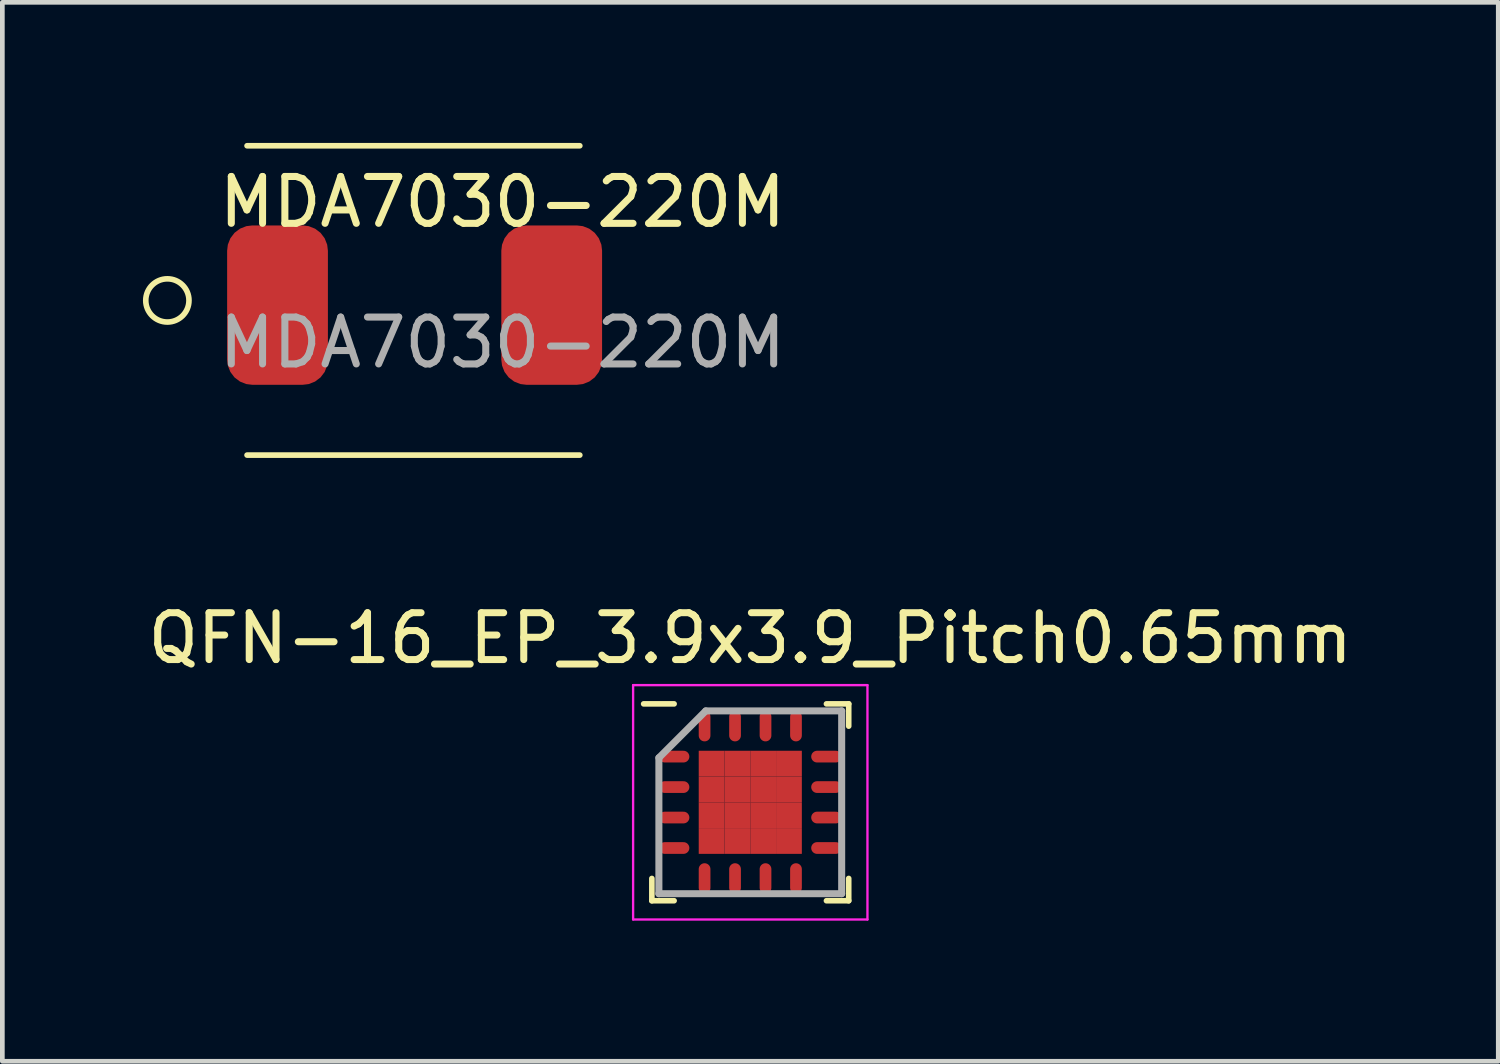
<source format=kicad_pcb>
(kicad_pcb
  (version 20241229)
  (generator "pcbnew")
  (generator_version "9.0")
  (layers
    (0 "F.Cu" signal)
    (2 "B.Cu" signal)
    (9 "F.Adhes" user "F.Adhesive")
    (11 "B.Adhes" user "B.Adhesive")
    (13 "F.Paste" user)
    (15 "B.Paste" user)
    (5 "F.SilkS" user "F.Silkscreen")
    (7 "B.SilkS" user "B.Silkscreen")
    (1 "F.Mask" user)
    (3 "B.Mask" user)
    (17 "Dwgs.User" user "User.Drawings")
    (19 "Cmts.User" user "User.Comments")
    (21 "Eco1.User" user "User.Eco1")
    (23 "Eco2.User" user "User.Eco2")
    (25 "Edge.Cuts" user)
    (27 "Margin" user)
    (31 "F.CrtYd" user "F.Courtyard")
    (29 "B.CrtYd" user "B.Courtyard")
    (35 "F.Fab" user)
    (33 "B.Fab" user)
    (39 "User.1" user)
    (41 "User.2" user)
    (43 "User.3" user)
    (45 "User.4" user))
  (footprint "MDA7030-220M"
    (layer "F.Cu")
    (at 7.671 1.76)
    (property "Reference" "MDA7030-220M" (at 0 -0.5 0) (unlocked yes) (layer "F.SilkS") (effects (font (size 1 1) (thickness 0.15))))
    (attr smd)
    (fp_line (start -5.45 -1.7) (end 1.65 -1.7) (stroke (width 0.12) (type solid)) (layer "F.SilkS"))
    (fp_line (start -5.45 4.9) (end 1.65 4.9) (stroke (width 0.12) (type solid)) (layer "F.SilkS"))
    (fp_circle (center -7.15 1.6) (end -6.85 1.25) (stroke (width 0.12) (type solid)) (fill no) (layer "F.SilkS"))
    (fp_text user "${REFERENCE}" (at 0 2.5 0) (unlocked yes) (layer "F.Fab") (effects (font (size 1 1) (thickness 0.15))))
    (pad "1" smd roundrect (at -4.8 1.7) (size 2.15 3.4) (layers "F.Cu" "F.Mask" "F.Paste") (roundrect_rratio 0.25))
    (pad "2" smd roundrect (at 1.05 1.7) (size 2.15 3.4) (layers "F.Cu" "F.Mask" "F.Paste") (roundrect_rratio 0.25)))
  (footprint "QFN-16_EP_3.9x3.9_Pitch0.65mm"
    (layer "F.Cu")
    (at 12.958 14.068)
    (property "Reference" "QFN-16_EP_3.9x3.9_Pitch0.65mm" (at 0 -3.5 0) (layer "F.SilkS") (effects (font (size 1 1) (thickness 0.15))))
    (attr through_hole)
    (fp_line (start -2.1 2.1) (end -2.1 1.625) (stroke (width 0.12) (type solid)) (layer "F.SilkS"))
    (fp_line (start -1.625 -2.1) (end -2.275 -2.1) (stroke (width 0.12) (type solid)) (layer "F.SilkS"))
    (fp_line (start -1.625 2.1) (end -2.1 2.1) (stroke (width 0.12) (type solid)) (layer "F.SilkS"))
    (fp_line (start 1.625 -2.1) (end 2.1 -2.1) (stroke (width 0.12) (type solid)) (layer "F.SilkS"))
    (fp_line (start 1.625 2.1) (end 2.1 2.1) (stroke (width 0.12) (type solid)) (layer "F.SilkS"))
    (fp_line (start 2.1 -2.1) (end 2.1 -1.625) (stroke (width 0.12) (type solid)) (layer "F.SilkS"))
    (fp_line (start 2.1 2.1) (end 2.1 1.625) (stroke (width 0.12) (type solid)) (layer "F.SilkS"))
    (fp_line (start -2.5 -2.5) (end 2.5 -2.5) (stroke (width 0.05) (type solid)) (layer "F.CrtYd"))
    (fp_line (start -2.5 2.5) (end -2.5 -2.5) (stroke (width 0.05) (type solid)) (layer "F.CrtYd"))
    (fp_line (start 2.5 -2.5) (end 2.5 2.5) (stroke (width 0.05) (type solid)) (layer "F.CrtYd"))
    (fp_line (start 2.5 2.5) (end -2.5 2.5) (stroke (width 0.05) (type solid)) (layer "F.CrtYd"))
    (fp_line (start -1.95 -0.95) (end -1.95 1.95) (stroke (width 0.15) (type solid)) (layer "F.Fab"))
    (fp_line (start -1.95 1.95) (end 1.95 1.95) (stroke (width 0.15) (type solid)) (layer "F.Fab"))
    (fp_line (start -0.95 -1.95) (end -1.95 -0.95) (stroke (width 0.15) (type solid)) (layer "F.Fab"))
    (fp_line (start 1.95 -1.95) (end -0.95 -1.95) (stroke (width 0.15) (type solid)) (layer "F.Fab"))
    (fp_line (start 1.95 1.95) (end 1.95 -1.95) (stroke (width 0.15) (type solid)) (layer "F.Fab"))
    (pad "1" smd oval (at -1.625 -0.975 90) (size 0.25 0.65) (layers "F.Cu" "F.Mask" "F.Paste"))
    (pad "2" smd oval (at -1.625 -0.325 90) (size 0.25 0.65) (layers "F.Cu" "F.Mask" "F.Paste"))
    (pad "3" smd oval (at -1.625 0.325 90) (size 0.25 0.65) (layers "F.Cu" "F.Mask" "F.Paste"))
    (pad "4" smd oval (at -1.625 0.975 90) (size 0.25 0.65) (layers "F.Cu" "F.Mask" "F.Paste"))
    (pad "5" smd oval (at -0.975 1.625) (size 0.25 0.65) (layers "F.Cu" "F.Mask" "F.Paste"))
    (pad "6" smd oval (at -0.325 1.625) (size 0.25 0.65) (layers "F.Cu" "F.Mask" "F.Paste"))
    (pad "7" smd oval (at 0.325 1.625) (size 0.25 0.65) (layers "F.Cu" "F.Mask" "F.Paste"))
    (pad "8" smd oval (at 0.975 1.625) (size 0.25 0.65) (layers "F.Cu" "F.Mask" "F.Paste"))
    (pad "9" smd oval (at 1.625 0.975 90) (size 0.25 0.65) (layers "F.Cu" "F.Mask" "F.Paste"))
    (pad "10" smd oval (at 1.625 0.325 90) (size 0.25 0.65) (layers "F.Cu" "F.Mask" "F.Paste"))
    (pad "11" smd oval (at 1.625 -0.325 90) (size 0.25 0.65) (layers "F.Cu" "F.Mask" "F.Paste"))
    (pad "12" smd oval (at 1.625 -0.975 90) (size 0.25 0.65) (layers "F.Cu" "F.Mask" "F.Paste"))
    (pad "13" smd oval (at 0.975 -1.625) (size 0.25 0.65) (layers "F.Cu" "F.Mask" "F.Paste"))
    (pad "14" smd oval (at 0.325 -1.625) (size 0.25 0.65) (layers "F.Cu" "F.Mask" "F.Paste"))
    (pad "15" smd oval (at -0.325 -1.625) (size 0.25 0.65) (layers "F.Cu" "F.Mask" "F.Paste"))
    (pad "16" smd oval (at -0.975 -1.625) (size 0.25 0.65) (layers "F.Cu" "F.Mask" "F.Paste"))
    (pad "17" smd rect (at -0.825 -0.825) (size 0.55 0.55) (layers "F.Cu" "F.Mask" "F.Paste"))
    (pad "17" smd rect (at -0.825 -0.275) (size 0.55 0.55) (layers "F.Cu" "F.Mask" "F.Paste"))
    (pad "17" smd rect (at -0.825 0.275) (size 0.55 0.55) (layers "F.Cu" "F.Mask" "F.Paste"))
    (pad "17" smd rect (at -0.825 0.825) (size 0.55 0.55) (layers "F.Cu" "F.Mask" "F.Paste"))
    (pad "17" smd rect (at -0.275 -0.825) (size 0.55 0.55) (layers "F.Cu" "F.Mask" "F.Paste"))
    (pad "17" smd rect (at -0.275 -0.275) (size 0.55 0.55) (layers "F.Cu" "F.Mask" "F.Paste"))
    (pad "17" smd rect (at -0.275 0.275) (size 0.55 0.55) (layers "F.Cu" "F.Mask" "F.Paste"))
    (pad "17" smd rect (at -0.275 0.825) (size 0.55 0.55) (layers "F.Cu" "F.Mask" "F.Paste"))
    (pad "17" smd rect (at 0.275 -0.825) (size 0.55 0.55) (layers "F.Cu" "F.Mask" "F.Paste"))
    (pad "17" smd rect (at 0.275 -0.275) (size 0.55 0.55) (layers "F.Cu" "F.Mask" "F.Paste"))
    (pad "17" smd rect (at 0.275 0.275) (size 0.55 0.55) (layers "F.Cu" "F.Mask" "F.Paste"))
    (pad "17" smd rect (at 0.275 0.825) (size 0.55 0.55) (layers "F.Cu" "F.Mask" "F.Paste"))
    (pad "17" smd rect (at 0.825 -0.825) (size 0.55 0.55) (layers "F.Cu" "F.Mask" "F.Paste"))
    (pad "17" smd rect (at 0.825 -0.275) (size 0.55 0.55) (layers "F.Cu" "F.Mask" "F.Paste"))
    (pad "17" smd rect (at 0.825 0.275) (size 0.55 0.55) (layers "F.Cu" "F.Mask" "F.Paste"))
    (pad "17" smd rect (at 0.825 0.825) (size 0.55 0.55) (layers "F.Cu" "F.Mask" "F.Paste")))
  (gr_rect
    (start -3 -3)
    (end 28.917 19.593)
    (stroke (width 0.1) (type default))
    (fill no)
    (layer "Edge.Cuts")))
</source>
